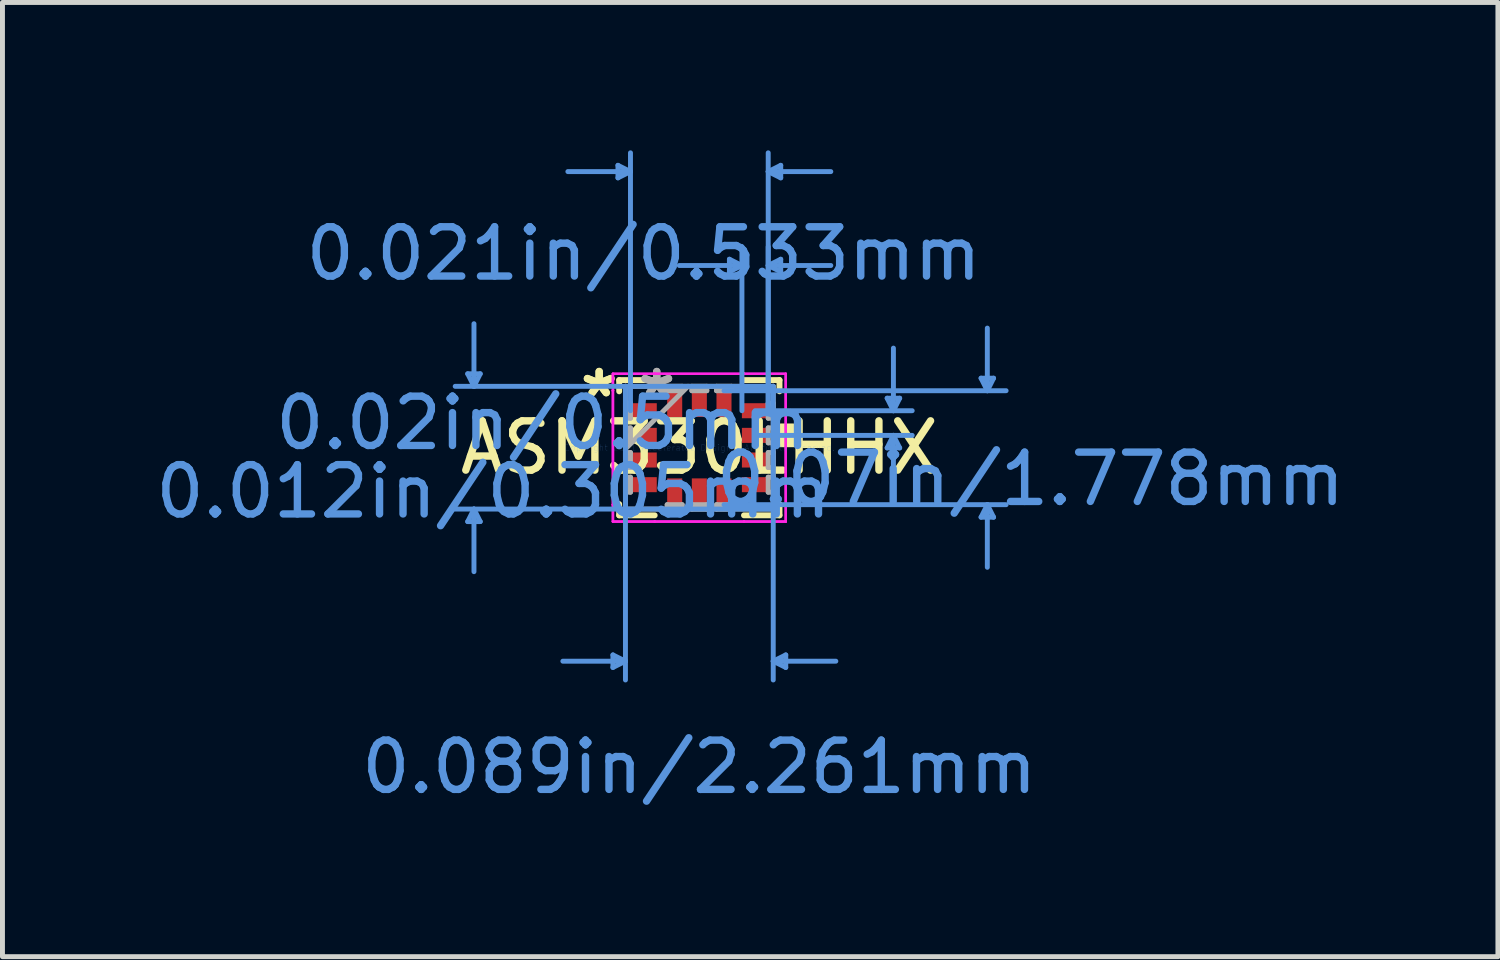
<source format=kicad_pcb>
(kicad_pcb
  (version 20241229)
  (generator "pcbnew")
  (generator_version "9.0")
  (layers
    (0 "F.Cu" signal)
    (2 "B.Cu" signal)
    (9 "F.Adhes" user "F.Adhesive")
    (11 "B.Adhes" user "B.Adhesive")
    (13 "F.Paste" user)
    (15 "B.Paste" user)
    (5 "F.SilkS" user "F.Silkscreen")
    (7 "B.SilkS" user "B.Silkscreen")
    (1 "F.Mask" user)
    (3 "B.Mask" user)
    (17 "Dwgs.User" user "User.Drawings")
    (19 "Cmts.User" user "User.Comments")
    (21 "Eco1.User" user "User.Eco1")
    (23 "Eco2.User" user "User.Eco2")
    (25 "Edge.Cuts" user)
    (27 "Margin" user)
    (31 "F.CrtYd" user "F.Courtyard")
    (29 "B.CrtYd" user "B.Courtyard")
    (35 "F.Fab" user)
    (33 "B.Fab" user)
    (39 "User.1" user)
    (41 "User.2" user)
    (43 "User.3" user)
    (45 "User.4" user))
  (footprint "ASM330LHHX"
    (layer "F.Cu")
    (at 11.137 6.032)
    (property "Reference" "ASM330LHHX" (at 0 0 0) (layer "F.SilkS") (effects (font (size 1 1) (thickness 0.15))))
    (attr through_hole)
    (fp_line (start -1.626 -1.372) (end -1.626 -1.144) (stroke (width 0.12) (type solid)) (layer "F.SilkS"))
    (fp_line (start -1.626 1.144) (end -1.626 1.372) (stroke (width 0.12) (type solid)) (layer "F.SilkS"))
    (fp_line (start -1.626 1.372) (end -0.906 1.372) (stroke (width 0.12) (type solid)) (layer "F.SilkS"))
    (fp_line (start -0.906 -1.372) (end -1.626 -1.372) (stroke (width 0.12) (type solid)) (layer "F.SilkS"))
    (fp_line (start 0.906 1.372) (end 1.626 1.372) (stroke (width 0.12) (type solid)) (layer "F.SilkS"))
    (fp_line (start 1.626 -1.372) (end 0.906 -1.372) (stroke (width 0.12) (type solid)) (layer "F.SilkS"))
    (fp_line (start 1.626 -1.144) (end 1.626 -1.372) (stroke (width 0.12) (type solid)) (layer "F.SilkS"))
    (fp_line (start 1.626 1.372) (end 1.626 1.144) (stroke (width 0.12) (type solid)) (layer "F.SilkS"))
    (fp_poly (pts (xy 1.905 -0.441) (xy 1.905 -0.06) (xy 1.651 -0.06) (xy 1.651 -0.441)) (stroke (width 0.1) (type solid)) (fill yes) (layer "F.SilkS"))
    (fp_line (start -4.699 -1.499) (end -4.445 -1.499) (stroke (width 0.1) (type solid)) (layer "Cmts.User"))
    (fp_line (start -4.699 1.499) (end -4.445 1.499) (stroke (width 0.1) (type solid)) (layer "Cmts.User"))
    (fp_line (start -4.572 -1.245) (end -4.699 -1.499) (stroke (width 0.1) (type solid)) (layer "Cmts.User"))
    (fp_line (start -4.572 -1.245) (end -4.572 -2.515) (stroke (width 0.1) (type solid)) (layer "Cmts.User"))
    (fp_line (start -4.572 -1.245) (end -4.445 -1.499) (stroke (width 0.1) (type solid)) (layer "Cmts.User"))
    (fp_line (start -4.572 1.245) (end -4.699 1.499) (stroke (width 0.1) (type solid)) (layer "Cmts.User"))
    (fp_line (start -4.572 1.245) (end -4.572 2.515) (stroke (width 0.1) (type solid)) (layer "Cmts.User"))
    (fp_line (start -4.572 1.245) (end -4.445 1.499) (stroke (width 0.1) (type solid)) (layer "Cmts.User"))
    (fp_line (start -1.753 4.204) (end -1.753 4.458) (stroke (width 0.1) (type solid)) (layer "Cmts.User"))
    (fp_line (start -1.651 -5.728) (end -1.651 -5.474) (stroke (width 0.1) (type solid)) (layer "Cmts.User"))
    (fp_line (start -1.499 -1.245) (end -1.499 4.712) (stroke (width 0.1) (type solid)) (layer "Cmts.User"))
    (fp_line (start -1.499 4.331) (end -2.769 4.331) (stroke (width 0.1) (type solid)) (layer "Cmts.User"))
    (fp_line (start -1.499 4.331) (end -1.753 4.204) (stroke (width 0.1) (type solid)) (layer "Cmts.User"))
    (fp_line (start -1.499 4.331) (end -1.753 4.458) (stroke (width 0.1) (type solid)) (layer "Cmts.User"))
    (fp_line (start -1.397 -5.601) (end -2.667 -5.601) (stroke (width 0.1) (type solid)) (layer "Cmts.User"))
    (fp_line (start -1.397 -5.601) (end -1.651 -5.728) (stroke (width 0.1) (type solid)) (layer "Cmts.User"))
    (fp_line (start -1.397 -5.601) (end -1.651 -5.474) (stroke (width 0.1) (type solid)) (layer "Cmts.User"))
    (fp_line (start -1.397 -0.75) (end -1.397 -5.982) (stroke (width 0.1) (type solid)) (layer "Cmts.User"))
    (fp_line (start 0.5 -1.156) (end 6.223 -1.156) (stroke (width 0.1) (type solid)) (layer "Cmts.User"))
    (fp_line (start 0.5 1.156) (end 6.223 1.156) (stroke (width 0.1) (type solid)) (layer "Cmts.User"))
    (fp_line (start 0.61 -3.823) (end 0.61 -3.569) (stroke (width 0.1) (type solid)) (layer "Cmts.User"))
    (fp_line (start 0.864 -3.696) (end -0.406 -3.696) (stroke (width 0.1) (type solid)) (layer "Cmts.User"))
    (fp_line (start 0.864 -3.696) (end 0.61 -3.823) (stroke (width 0.1) (type solid)) (layer "Cmts.User"))
    (fp_line (start 0.864 -3.696) (end 0.61 -3.569) (stroke (width 0.1) (type solid)) (layer "Cmts.User"))
    (fp_line (start 0.864 -0.75) (end 0.864 -4.077) (stroke (width 0.1) (type solid)) (layer "Cmts.User"))
    (fp_line (start 1.13 -0.75) (end 4.318 -0.75) (stroke (width 0.1) (type solid)) (layer "Cmts.User"))
    (fp_line (start 1.13 -0.25) (end 4.318 -0.25) (stroke (width 0.1) (type solid)) (layer "Cmts.User"))
    (fp_line (start 1.397 -5.601) (end 1.651 -5.728) (stroke (width 0.1) (type solid)) (layer "Cmts.User"))
    (fp_line (start 1.397 -5.601) (end 1.651 -5.474) (stroke (width 0.1) (type solid)) (layer "Cmts.User"))
    (fp_line (start 1.397 -5.601) (end 2.667 -5.601) (stroke (width 0.1) (type solid)) (layer "Cmts.User"))
    (fp_line (start 1.397 -3.696) (end 1.651 -3.823) (stroke (width 0.1) (type solid)) (layer "Cmts.User"))
    (fp_line (start 1.397 -3.696) (end 1.651 -3.569) (stroke (width 0.1) (type solid)) (layer "Cmts.User"))
    (fp_line (start 1.397 -3.696) (end 2.667 -3.696) (stroke (width 0.1) (type solid)) (layer "Cmts.User"))
    (fp_line (start 1.397 -0.75) (end 1.397 -5.982) (stroke (width 0.1) (type solid)) (layer "Cmts.User"))
    (fp_line (start 1.397 -0.75) (end 1.397 -4.077) (stroke (width 0.1) (type solid)) (layer "Cmts.User"))
    (fp_line (start 1.499 -1.245) (end -4.953 -1.245) (stroke (width 0.1) (type solid)) (layer "Cmts.User"))
    (fp_line (start 1.499 -1.245) (end 1.499 4.712) (stroke (width 0.1) (type solid)) (layer "Cmts.User"))
    (fp_line (start 1.499 1.245) (end -4.953 1.245) (stroke (width 0.1) (type solid)) (layer "Cmts.User"))
    (fp_line (start 1.499 4.331) (end 1.753 4.204) (stroke (width 0.1) (type solid)) (layer "Cmts.User"))
    (fp_line (start 1.499 4.331) (end 1.753 4.458) (stroke (width 0.1) (type solid)) (layer "Cmts.User"))
    (fp_line (start 1.499 4.331) (end 2.769 4.331) (stroke (width 0.1) (type solid)) (layer "Cmts.User"))
    (fp_line (start 1.651 -5.728) (end 1.651 -5.474) (stroke (width 0.1) (type solid)) (layer "Cmts.User"))
    (fp_line (start 1.651 -3.823) (end 1.651 -3.569) (stroke (width 0.1) (type solid)) (layer "Cmts.User"))
    (fp_line (start 1.753 4.204) (end 1.753 4.458) (stroke (width 0.1) (type solid)) (layer "Cmts.User"))
    (fp_line (start 3.81 -1.004) (end 4.064 -1.004) (stroke (width 0.1) (type solid)) (layer "Cmts.User"))
    (fp_line (start 3.81 0.004) (end 4.064 0.004) (stroke (width 0.1) (type solid)) (layer "Cmts.User"))
    (fp_line (start 3.937 -0.75) (end 3.81 -1.004) (stroke (width 0.1) (type solid)) (layer "Cmts.User"))
    (fp_line (start 3.937 -0.75) (end 3.937 -2.02) (stroke (width 0.1) (type solid)) (layer "Cmts.User"))
    (fp_line (start 3.937 -0.75) (end 4.064 -1.004) (stroke (width 0.1) (type solid)) (layer "Cmts.User"))
    (fp_line (start 3.937 -0.25) (end 3.81 0.004) (stroke (width 0.1) (type solid)) (layer "Cmts.User"))
    (fp_line (start 3.937 -0.25) (end 3.937 1.02) (stroke (width 0.1) (type solid)) (layer "Cmts.User"))
    (fp_line (start 3.937 -0.25) (end 4.064 0.004) (stroke (width 0.1) (type solid)) (layer "Cmts.User"))
    (fp_line (start 5.715 -1.41) (end 5.969 -1.41) (stroke (width 0.1) (type solid)) (layer "Cmts.User"))
    (fp_line (start 5.715 1.41) (end 5.969 1.41) (stroke (width 0.1) (type solid)) (layer "Cmts.User"))
    (fp_line (start 5.842 -1.156) (end 5.715 -1.41) (stroke (width 0.1) (type solid)) (layer "Cmts.User"))
    (fp_line (start 5.842 -1.156) (end 5.842 -2.426) (stroke (width 0.1) (type solid)) (layer "Cmts.User"))
    (fp_line (start 5.842 -1.156) (end 5.969 -1.41) (stroke (width 0.1) (type solid)) (layer "Cmts.User"))
    (fp_line (start 5.842 1.156) (end 5.715 1.41) (stroke (width 0.1) (type solid)) (layer "Cmts.User"))
    (fp_line (start 5.842 1.156) (end 5.842 2.426) (stroke (width 0.1) (type solid)) (layer "Cmts.User"))
    (fp_line (start 5.842 1.156) (end 5.969 1.41) (stroke (width 0.1) (type solid)) (layer "Cmts.User"))
    (fp_line (start -1.753 -1.499) (end -0.907 -1.499) (stroke (width 0.05) (type solid)) (layer "F.CrtYd"))
    (fp_line (start -1.753 -1.499) (end -0.907 -1.499) (stroke (width 0.05) (type solid)) (layer "F.CrtYd"))
    (fp_line (start -1.753 -1.157) (end -1.753 -1.499) (stroke (width 0.05) (type solid)) (layer "F.CrtYd"))
    (fp_line (start -1.753 -1.157) (end -1.753 -1.499) (stroke (width 0.05) (type solid)) (layer "F.CrtYd"))
    (fp_line (start -1.753 -1.157) (end -1.753 -1.157) (stroke (width 0.05) (type solid)) (layer "F.CrtYd"))
    (fp_line (start -1.753 -1.157) (end -1.753 -1.157) (stroke (width 0.05) (type solid)) (layer "F.CrtYd"))
    (fp_line (start -1.753 1.157) (end -1.753 -1.157) (stroke (width 0.05) (type solid)) (layer "F.CrtYd"))
    (fp_line (start -1.753 1.157) (end -1.753 -1.157) (stroke (width 0.05) (type solid)) (layer "F.CrtYd"))
    (fp_line (start -1.753 1.157) (end -1.753 1.157) (stroke (width 0.05) (type solid)) (layer "F.CrtYd"))
    (fp_line (start -1.753 1.157) (end -1.753 1.157) (stroke (width 0.05) (type solid)) (layer "F.CrtYd"))
    (fp_line (start -1.753 1.499) (end -1.753 1.157) (stroke (width 0.05) (type solid)) (layer "F.CrtYd"))
    (fp_line (start -1.753 1.499) (end -1.753 1.157) (stroke (width 0.05) (type solid)) (layer "F.CrtYd"))
    (fp_line (start -0.907 -1.499) (end -0.907 -1.499) (stroke (width 0.05) (type solid)) (layer "F.CrtYd"))
    (fp_line (start -0.907 -1.499) (end -0.907 -1.499) (stroke (width 0.05) (type solid)) (layer "F.CrtYd"))
    (fp_line (start -0.907 -1.499) (end 0.907 -1.499) (stroke (width 0.05) (type solid)) (layer "F.CrtYd"))
    (fp_line (start -0.907 -1.499) (end 0.907 -1.499) (stroke (width 0.05) (type solid)) (layer "F.CrtYd"))
    (fp_line (start -0.907 1.499) (end -1.753 1.499) (stroke (width 0.05) (type solid)) (layer "F.CrtYd"))
    (fp_line (start -0.907 1.499) (end -1.753 1.499) (stroke (width 0.05) (type solid)) (layer "F.CrtYd"))
    (fp_line (start -0.907 1.499) (end -0.907 1.499) (stroke (width 0.05) (type solid)) (layer "F.CrtYd"))
    (fp_line (start -0.907 1.499) (end -0.907 1.499) (stroke (width 0.05) (type solid)) (layer "F.CrtYd"))
    (fp_line (start 0.907 -1.499) (end 0.907 -1.499) (stroke (width 0.05) (type solid)) (layer "F.CrtYd"))
    (fp_line (start 0.907 -1.499) (end 0.907 -1.499) (stroke (width 0.05) (type solid)) (layer "F.CrtYd"))
    (fp_line (start 0.907 -1.499) (end 1.753 -1.499) (stroke (width 0.05) (type solid)) (layer "F.CrtYd"))
    (fp_line (start 0.907 -1.499) (end 1.753 -1.499) (stroke (width 0.05) (type solid)) (layer "F.CrtYd"))
    (fp_line (start 0.907 1.499) (end -0.907 1.499) (stroke (width 0.05) (type solid)) (layer "F.CrtYd"))
    (fp_line (start 0.907 1.499) (end -0.907 1.499) (stroke (width 0.05) (type solid)) (layer "F.CrtYd"))
    (fp_line (start 0.907 1.499) (end 0.907 1.499) (stroke (width 0.05) (type solid)) (layer "F.CrtYd"))
    (fp_line (start 0.907 1.499) (end 0.907 1.499) (stroke (width 0.05) (type solid)) (layer "F.CrtYd"))
    (fp_line (start 1.753 -1.499) (end 1.753 -1.157) (stroke (width 0.05) (type solid)) (layer "F.CrtYd"))
    (fp_line (start 1.753 -1.499) (end 1.753 -1.157) (stroke (width 0.05) (type solid)) (layer "F.CrtYd"))
    (fp_line (start 1.753 -1.157) (end 1.753 -1.157) (stroke (width 0.05) (type solid)) (layer "F.CrtYd"))
    (fp_line (start 1.753 -1.157) (end 1.753 -1.157) (stroke (width 0.05) (type solid)) (layer "F.CrtYd"))
    (fp_line (start 1.753 -1.157) (end 1.753 1.157) (stroke (width 0.05) (type solid)) (layer "F.CrtYd"))
    (fp_line (start 1.753 -1.157) (end 1.753 1.157) (stroke (width 0.05) (type solid)) (layer "F.CrtYd"))
    (fp_line (start 1.753 1.157) (end 1.753 1.157) (stroke (width 0.05) (type solid)) (layer "F.CrtYd"))
    (fp_line (start 1.753 1.157) (end 1.753 1.157) (stroke (width 0.05) (type solid)) (layer "F.CrtYd"))
    (fp_line (start 1.753 1.157) (end 1.753 1.499) (stroke (width 0.05) (type solid)) (layer "F.CrtYd"))
    (fp_line (start 1.753 1.157) (end 1.753 1.499) (stroke (width 0.05) (type solid)) (layer "F.CrtYd"))
    (fp_line (start 1.753 1.499) (end 0.907 1.499) (stroke (width 0.05) (type solid)) (layer "F.CrtYd"))
    (fp_line (start 1.753 1.499) (end 0.907 1.499) (stroke (width 0.05) (type solid)) (layer "F.CrtYd"))
    (fp_line (start -1.499 -1.245) (end -1.499 -1.245) (stroke (width 0.1) (type solid)) (layer "F.Fab"))
    (fp_line (start -1.499 -1.245) (end -1.499 1.245) (stroke (width 0.1) (type solid)) (layer "F.Fab"))
    (fp_line (start -1.499 -0.903) (end -1.397 -0.903) (stroke (width 0.1) (type solid)) (layer "F.Fab"))
    (fp_line (start -1.499 -0.598) (end -1.499 -0.903) (stroke (width 0.1) (type solid)) (layer "F.Fab"))
    (fp_line (start -1.499 -0.402) (end -1.397 -0.402) (stroke (width 0.1) (type solid)) (layer "F.Fab"))
    (fp_line (start -1.499 -0.098) (end -1.499 -0.402) (stroke (width 0.1) (type solid)) (layer "F.Fab"))
    (fp_line (start -1.499 0.025) (end -0.229 -1.245) (stroke (width 0.1) (type solid)) (layer "F.Fab"))
    (fp_line (start -1.499 0.098) (end -1.397 0.098) (stroke (width 0.1) (type solid)) (layer "F.Fab"))
    (fp_line (start -1.499 0.402) (end -1.499 0.098) (stroke (width 0.1) (type solid)) (layer "F.Fab"))
    (fp_line (start -1.499 0.598) (end -1.397 0.598) (stroke (width 0.1) (type solid)) (layer "F.Fab"))
    (fp_line (start -1.499 0.903) (end -1.499 0.598) (stroke (width 0.1) (type solid)) (layer "F.Fab"))
    (fp_line (start -1.499 1.245) (end -1.499 1.245) (stroke (width 0.1) (type solid)) (layer "F.Fab"))
    (fp_line (start -1.499 1.245) (end 1.499 1.245) (stroke (width 0.1) (type solid)) (layer "F.Fab"))
    (fp_line (start -1.397 -0.903) (end -1.397 -0.598) (stroke (width 0.1) (type solid)) (layer "F.Fab"))
    (fp_line (start -1.397 -0.598) (end -1.499 -0.598) (stroke (width 0.1) (type solid)) (layer "F.Fab"))
    (fp_line (start -1.397 -0.402) (end -1.397 -0.098) (stroke (width 0.1) (type solid)) (layer "F.Fab"))
    (fp_line (start -1.397 -0.098) (end -1.499 -0.098) (stroke (width 0.1) (type solid)) (layer "F.Fab"))
    (fp_line (start -1.397 0.098) (end -1.397 0.402) (stroke (width 0.1) (type solid)) (layer "F.Fab"))
    (fp_line (start -1.397 0.402) (end -1.499 0.402) (stroke (width 0.1) (type solid)) (layer "F.Fab"))
    (fp_line (start -1.397 0.598) (end -1.397 0.903) (stroke (width 0.1) (type solid)) (layer "F.Fab"))
    (fp_line (start -1.397 0.903) (end -1.499 0.903) (stroke (width 0.1) (type solid)) (layer "F.Fab"))
    (fp_line (start -0.653 -1.245) (end -0.348 -1.245) (stroke (width 0.1) (type solid)) (layer "F.Fab"))
    (fp_line (start -0.653 -1.156) (end -0.653 -1.245) (stroke (width 0.1) (type solid)) (layer "F.Fab"))
    (fp_line (start -0.653 1.156) (end -0.348 1.156) (stroke (width 0.1) (type solid)) (layer "F.Fab"))
    (fp_line (start -0.653 1.245) (end -0.653 1.156) (stroke (width 0.1) (type solid)) (layer "F.Fab"))
    (fp_line (start -0.348 -1.245) (end -0.348 -1.156) (stroke (width 0.1) (type solid)) (layer "F.Fab"))
    (fp_line (start -0.348 -1.156) (end -0.653 -1.156) (stroke (width 0.1) (type solid)) (layer "F.Fab"))
    (fp_line (start -0.348 1.156) (end -0.348 1.245) (stroke (width 0.1) (type solid)) (layer "F.Fab"))
    (fp_line (start -0.348 1.245) (end -0.653 1.245) (stroke (width 0.1) (type solid)) (layer "F.Fab"))
    (fp_line (start -0.152 -1.245) (end 0.152 -1.245) (stroke (width 0.1) (type solid)) (layer "F.Fab"))
    (fp_line (start -0.152 -1.156) (end -0.152 -1.245) (stroke (width 0.1) (type solid)) (layer "F.Fab"))
    (fp_line (start -0.152 1.156) (end 0.152 1.156) (stroke (width 0.1) (type solid)) (layer "F.Fab"))
    (fp_line (start -0.152 1.245) (end -0.152 1.156) (stroke (width 0.1) (type solid)) (layer "F.Fab"))
    (fp_line (start 0.152 -1.245) (end 0.152 -1.156) (stroke (width 0.1) (type solid)) (layer "F.Fab"))
    (fp_line (start 0.152 -1.156) (end -0.152 -1.156) (stroke (width 0.1) (type solid)) (layer "F.Fab"))
    (fp_line (start 0.152 1.156) (end 0.152 1.245) (stroke (width 0.1) (type solid)) (layer "F.Fab"))
    (fp_line (start 0.152 1.245) (end -0.152 1.245) (stroke (width 0.1) (type solid)) (layer "F.Fab"))
    (fp_line (start 0.348 -1.245) (end 0.653 -1.245) (stroke (width 0.1) (type solid)) (layer "F.Fab"))
    (fp_line (start 0.348 -1.156) (end 0.348 -1.245) (stroke (width 0.1) (type solid)) (layer "F.Fab"))
    (fp_line (start 0.348 1.156) (end 0.653 1.156) (stroke (width 0.1) (type solid)) (layer "F.Fab"))
    (fp_line (start 0.348 1.245) (end 0.348 1.156) (stroke (width 0.1) (type solid)) (layer "F.Fab"))
    (fp_line (start 0.653 -1.245) (end 0.653 -1.156) (stroke (width 0.1) (type solid)) (layer "F.Fab"))
    (fp_line (start 0.653 -1.156) (end 0.348 -1.156) (stroke (width 0.1) (type solid)) (layer "F.Fab"))
    (fp_line (start 0.653 1.156) (end 0.653 1.245) (stroke (width 0.1) (type solid)) (layer "F.Fab"))
    (fp_line (start 0.653 1.245) (end 0.348 1.245) (stroke (width 0.1) (type solid)) (layer "F.Fab"))
    (fp_line (start 1.397 -0.903) (end 1.499 -0.903) (stroke (width 0.1) (type solid)) (layer "F.Fab"))
    (fp_line (start 1.397 -0.598) (end 1.397 -0.903) (stroke (width 0.1) (type solid)) (layer "F.Fab"))
    (fp_line (start 1.397 -0.402) (end 1.499 -0.402) (stroke (width 0.1) (type solid)) (layer "F.Fab"))
    (fp_line (start 1.397 -0.098) (end 1.397 -0.402) (stroke (width 0.1) (type solid)) (layer "F.Fab"))
    (fp_line (start 1.397 0.098) (end 1.499 0.098) (stroke (width 0.1) (type solid)) (layer "F.Fab"))
    (fp_line (start 1.397 0.402) (end 1.397 0.098) (stroke (width 0.1) (type solid)) (layer "F.Fab"))
    (fp_line (start 1.397 0.598) (end 1.499 0.598) (stroke (width 0.1) (type solid)) (layer "F.Fab"))
    (fp_line (start 1.397 0.903) (end 1.397 0.598) (stroke (width 0.1) (type solid)) (layer "F.Fab"))
    (fp_line (start 1.499 -1.245) (end -1.499 -1.245) (stroke (width 0.1) (type solid)) (layer "F.Fab"))
    (fp_line (start 1.499 -1.245) (end 1.499 -1.245) (stroke (width 0.1) (type solid)) (layer "F.Fab"))
    (fp_line (start 1.499 -0.903) (end 1.499 -0.598) (stroke (width 0.1) (type solid)) (layer "F.Fab"))
    (fp_line (start 1.499 -0.598) (end 1.397 -0.598) (stroke (width 0.1) (type solid)) (layer "F.Fab"))
    (fp_line (start 1.499 -0.402) (end 1.499 -0.098) (stroke (width 0.1) (type solid)) (layer "F.Fab"))
    (fp_line (start 1.499 -0.098) (end 1.397 -0.098) (stroke (width 0.1) (type solid)) (layer "F.Fab"))
    (fp_line (start 1.499 0.098) (end 1.499 0.402) (stroke (width 0.1) (type solid)) (layer "F.Fab"))
    (fp_line (start 1.499 0.402) (end 1.397 0.402) (stroke (width 0.1) (type solid)) (layer "F.Fab"))
    (fp_line (start 1.499 0.598) (end 1.499 0.903) (stroke (width 0.1) (type solid)) (layer "F.Fab"))
    (fp_line (start 1.499 0.903) (end 1.397 0.903) (stroke (width 0.1) (type solid)) (layer "F.Fab"))
    (fp_line (start 1.499 1.245) (end 1.499 -1.245) (stroke (width 0.1) (type solid)) (layer "F.Fab"))
    (fp_line (start 1.499 1.245) (end 1.499 1.245) (stroke (width 0.1) (type solid)) (layer "F.Fab"))
    (fp_text user "*" (at -2.032 -1 0) (layer "F.SilkS") (effects (font (size 1 1) (thickness 0.15))))
    (fp_text user "*" (at -2.032 -1 0) (layer "F.SilkS") (effects (font (size 1 1) (thickness 0.15))))
    (fp_text user "0.07in/1.778mm" (at 6.718 0.635 0) (layer "Cmts.User") (effects (font (size 1 1) (thickness 0.15))))
    (fp_text user "0.089in/2.261mm" (at 0 6.477 0) (layer "Cmts.User") (effects (font (size 1 1) (thickness 0.15))))
    (fp_text user "0.02in/0.5mm" (at -3.175 -0.5 0) (layer "Cmts.User") (effects (font (size 1 1) (thickness 0.15))))
    (fp_text user "Copyright 2021 Accelerated Designs. All rights reserved." (at 0 0 0) (layer "Cmts.User") (effects (font (size 0.127 0.127) (thickness 0.002))))
    (fp_text user "0.021in/0.533mm" (at -1.13 -3.937 0) (layer "Cmts.User") (effects (font (size 1 1) (thickness 0.15))))
    (fp_text user "0.012in/0.305mm" (at -4.178 0.889 0) (layer "Cmts.User") (effects (font (size 1 1) (thickness 0.15))))
    (fp_text user "*" (at -0.864 -1 0) (layer "F.Fab") (effects (font (size 1 1) (thickness 0.15))))
    (fp_text user "*" (at -0.864 -1 0) (layer "F.Fab") (effects (font (size 1 1) (thickness 0.15))))
    (pad "1" smd rect (at -1.13 -0.75 90) (size 0.305 0.533) (layers "F.Cu" "F.Mask" "F.Paste"))
    (pad "2" smd rect (at -1.13 -0.25 90) (size 0.305 0.533) (layers "F.Cu" "F.Mask" "F.Paste"))
    (pad "3" smd rect (at -1.13 0.25 90) (size 0.305 0.533) (layers "F.Cu" "F.Mask" "F.Paste"))
    (pad "4" smd rect (at -1.13 0.75 90) (size 0.305 0.533) (layers "F.Cu" "F.Mask" "F.Paste"))
    (pad "5" smd rect (at -0.5 0.889) (size 0.305 0.533) (layers "F.Cu" "F.Mask" "F.Paste"))
    (pad "6" smd rect (at 0 0.889) (size 0.305 0.533) (layers "F.Cu" "F.Mask" "F.Paste"))
    (pad "7" smd rect (at 0.5 0.889) (size 0.305 0.533) (layers "F.Cu" "F.Mask" "F.Paste"))
    (pad "8" smd rect (at 1.13 0.75 90) (size 0.305 0.533) (layers "F.Cu" "F.Mask" "F.Paste"))
    (pad "9" smd rect (at 1.13 0.25 90) (size 0.305 0.533) (layers "F.Cu" "F.Mask" "F.Paste"))
    (pad "10" smd rect (at 1.13 -0.25 90) (size 0.305 0.533) (layers "F.Cu" "F.Mask" "F.Paste"))
    (pad "11" smd rect (at 1.13 -0.75 90) (size 0.305 0.533) (layers "F.Cu" "F.Mask" "F.Paste"))
    (pad "12" smd rect (at 0.5 -0.889) (size 0.305 0.533) (layers "F.Cu" "F.Mask" "F.Paste"))
    (pad "13" smd rect (at 0 -0.889) (size 0.305 0.533) (layers "F.Cu" "F.Mask" "F.Paste"))
    (pad "14" smd rect (at -0.5 -0.889) (size 0.305 0.533) (layers "F.Cu" "F.Mask" "F.Paste")))
  (gr_rect
    (start -3 -3)
    (end 27.337 16.357)
    (stroke (width 0.1) (type default))
    (fill no)
    (layer "Edge.Cuts")))
</source>
